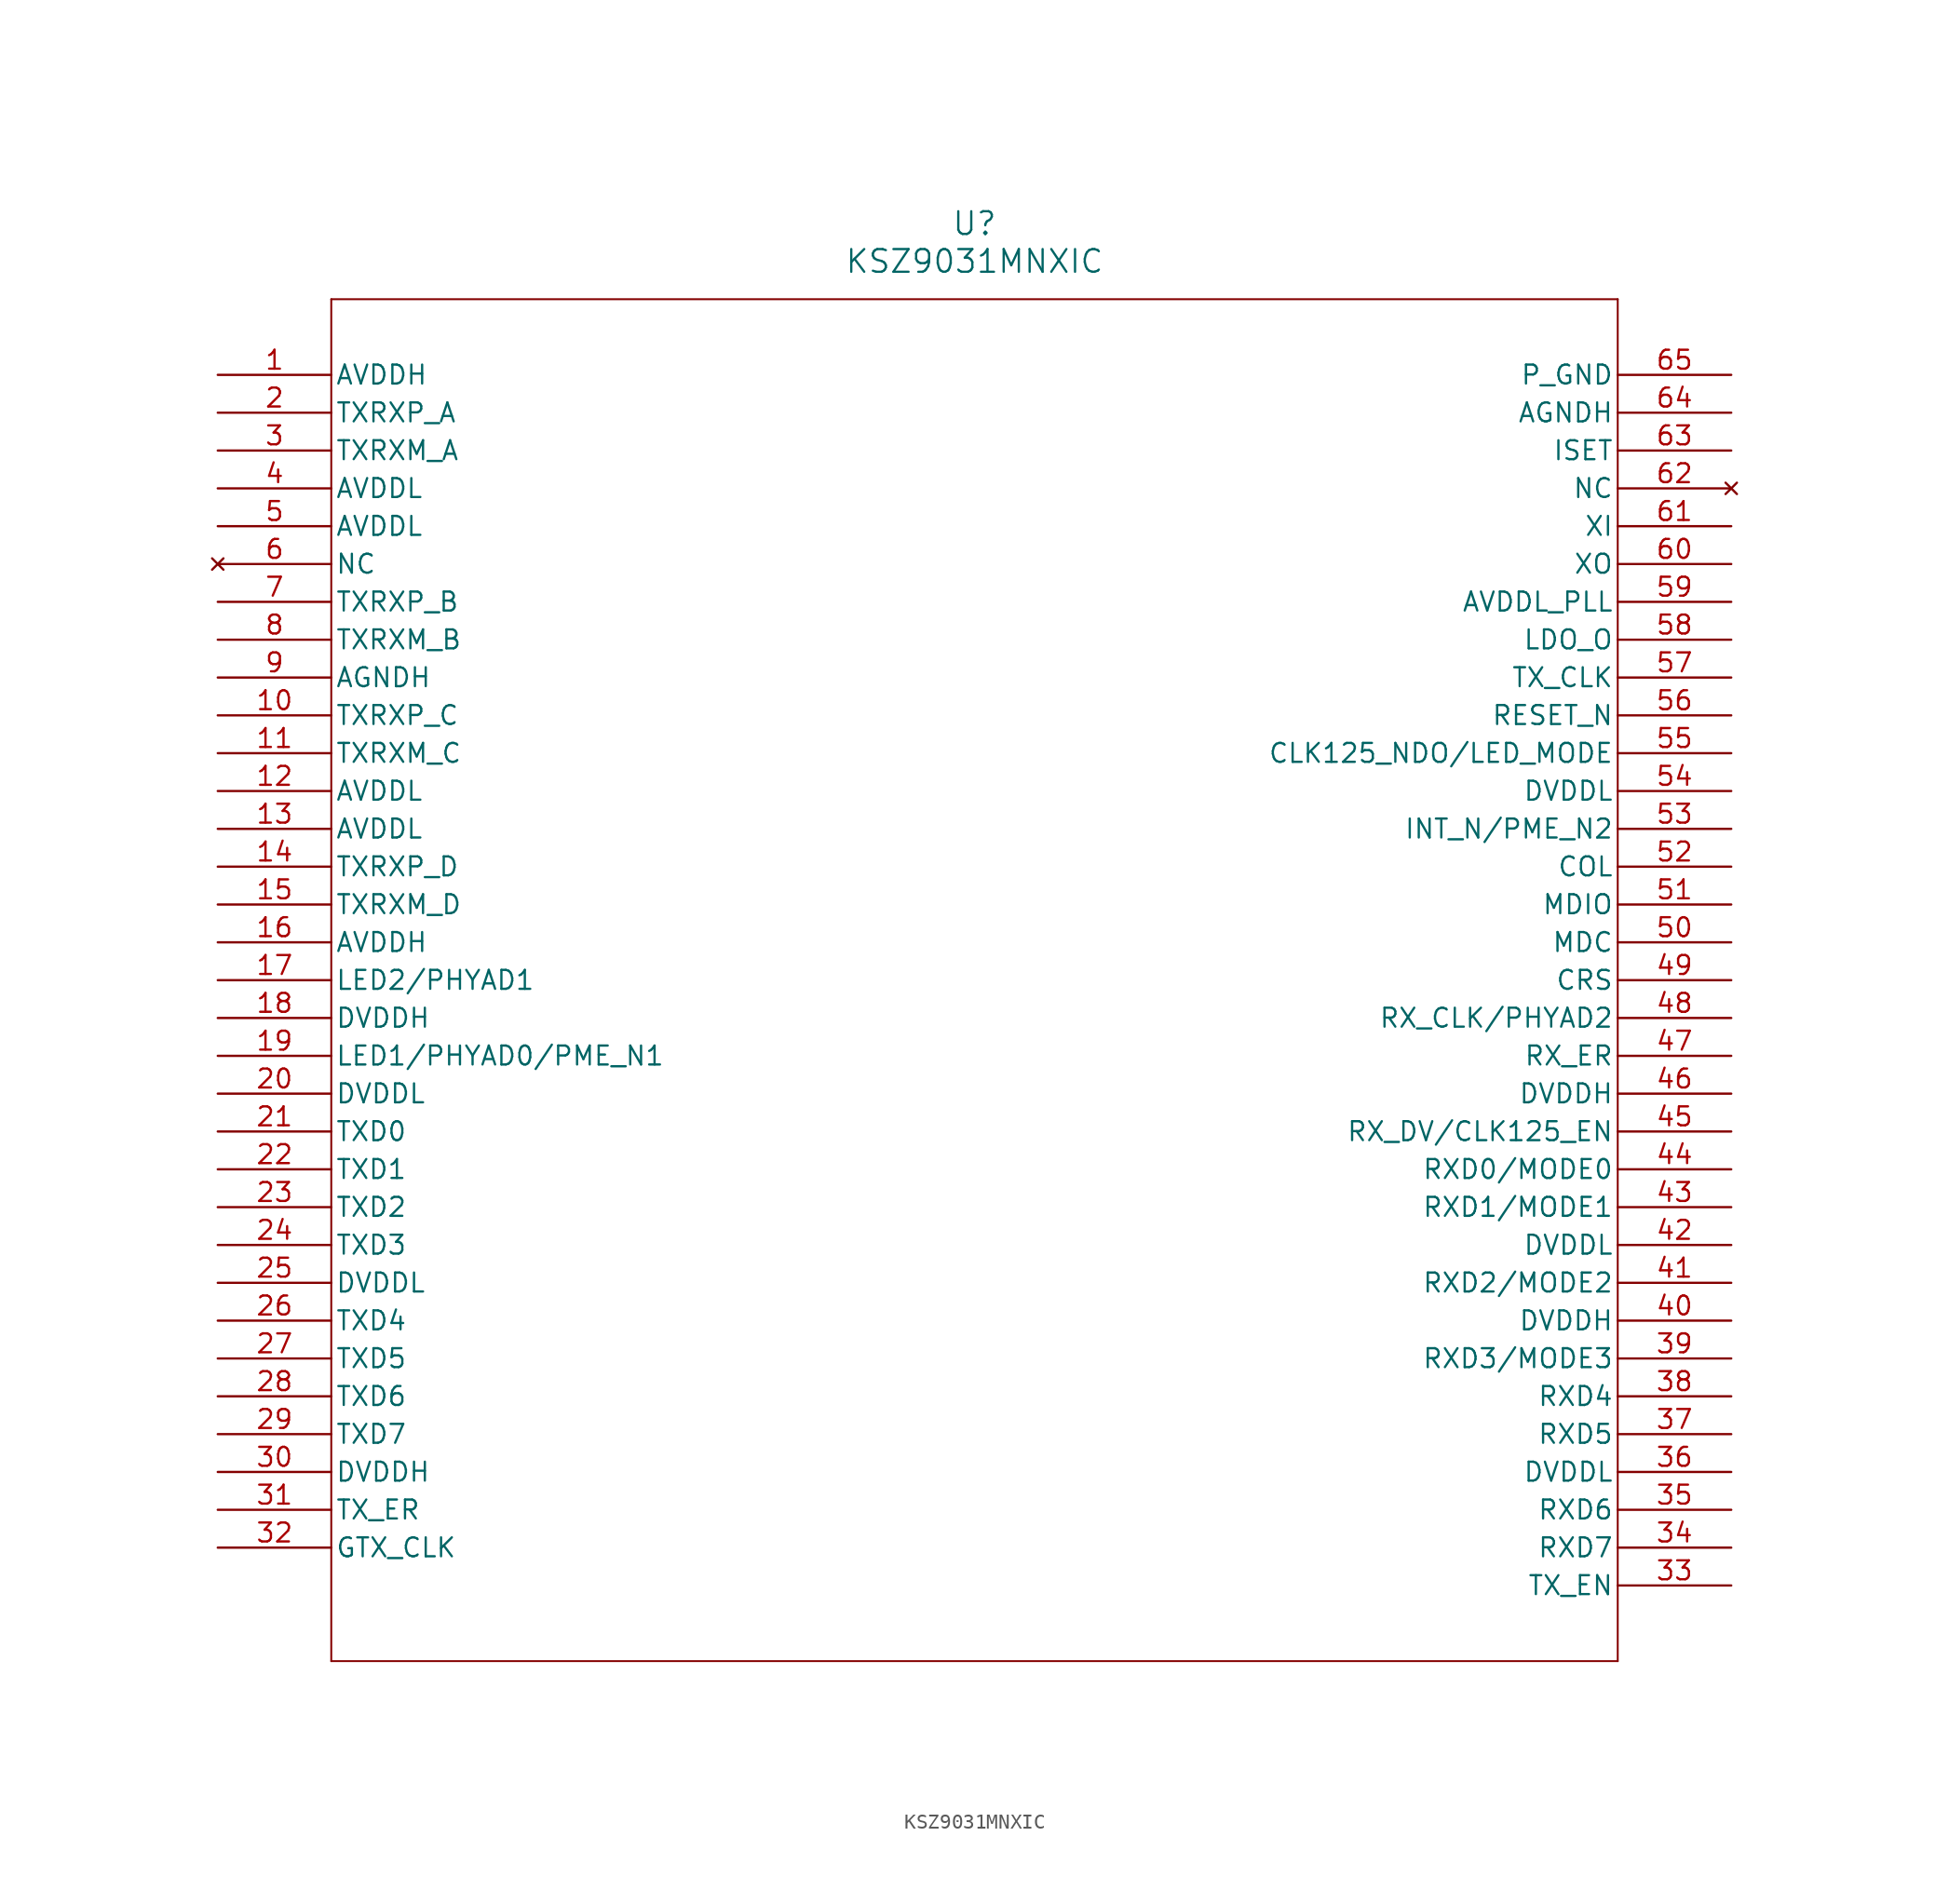
<source format=kicad_sym>
(kicad_symbol_lib
  (version 20211014)
  (generator kicad_symbol_editor)
  (symbol "KSZ9031MNXIC"
    (pin_names
      (offset 0.254))
    (property "Reference" "U"
      (at 50.8 10.16 0)
      (effects (font (size 1.524 1.524))))
    (property "Value" "KSZ9031MNXIC"
      (at 50.8 7.62 0)
      (effects (font (size 1.524 1.524))))
    (symbol "KSZ9031MNXIC_0_1"
      (polyline (pts (xy 7.62 5.08) (xy 7.62 -86.36)) (stroke (width 0.127) (type default) (color 0 0 0 0)) (fill (type none)))
      (polyline (pts (xy 7.62 -86.36) (xy 93.98 -86.36)) (stroke (width 0.127) (type default) (color 0 0 0 0)) (fill (type none)))
      (polyline (pts (xy 93.98 -86.36) (xy 93.98 5.08)) (stroke (width 0.127) (type default) (color 0 0 0 0)) (fill (type none)))
      (polyline (pts (xy 93.98 5.08) (xy 7.62 5.08)) (stroke (width 0.127) (type default) (color 0 0 0 0)) (fill (type none)))
      (pin power_in line (at 0 0 0) (length 7.62) (name "AVDDH" (effects (font (size 1.27 1.27)))) (number "1" (effects (font (size 1.27 1.27)))))
      (pin bidirectional line (at 0 -2.54 0) (length 7.62) (name "TXRXP_A" (effects (font (size 1.27 1.27)))) (number "2" (effects (font (size 1.27 1.27)))))
      (pin bidirectional line (at 0 -5.08 0) (length 7.62) (name "TXRXM_A" (effects (font (size 1.27 1.27)))) (number "3" (effects (font (size 1.27 1.27)))))
      (pin power_in line (at 0 -7.62 0) (length 7.62) (name "AVDDL" (effects (font (size 1.27 1.27)))) (number "4" (effects (font (size 1.27 1.27)))))
      (pin power_in line (at 0 -10.16 0) (length 7.62) (name "AVDDL" (effects (font (size 1.27 1.27)))) (number "5" (effects (font (size 1.27 1.27)))))
      (pin no_connect line (at 0 -12.7 0) (length 7.62) (name "NC" (effects (font (size 1.27 1.27)))) (number "6" (effects (font (size 1.27 1.27)))))
      (pin bidirectional line (at 0 -15.24 0) (length 7.62) (name "TXRXP_B" (effects (font (size 1.27 1.27)))) (number "7" (effects (font (size 1.27 1.27)))))
      (pin bidirectional line (at 0 -17.78 0) (length 7.62) (name "TXRXM_B" (effects (font (size 1.27 1.27)))) (number "8" (effects (font (size 1.27 1.27)))))
      (pin power_out line (at 0 -20.32 0) (length 7.62) (name "AGNDH" (effects (font (size 1.27 1.27)))) (number "9" (effects (font (size 1.27 1.27)))))
      (pin bidirectional line (at 0 -22.86 0) (length 7.62) (name "TXRXP_C" (effects (font (size 1.27 1.27)))) (number "10" (effects (font (size 1.27 1.27)))))
      (pin bidirectional line (at 0 -25.4 0) (length 7.62) (name "TXRXM_C" (effects (font (size 1.27 1.27)))) (number "11" (effects (font (size 1.27 1.27)))))
      (pin power_in line (at 0 -27.94 0) (length 7.62) (name "AVDDL" (effects (font (size 1.27 1.27)))) (number "12" (effects (font (size 1.27 1.27)))))
      (pin power_in line (at 0 -30.48 0) (length 7.62) (name "AVDDL" (effects (font (size 1.27 1.27)))) (number "13" (effects (font (size 1.27 1.27)))))
      (pin bidirectional line (at 0 -33.02 0) (length 7.62) (name "TXRXP_D" (effects (font (size 1.27 1.27)))) (number "14" (effects (font (size 1.27 1.27)))))
      (pin bidirectional line (at 0 -35.56 0) (length 7.62) (name "TXRXM_D" (effects (font (size 1.27 1.27)))) (number "15" (effects (font (size 1.27 1.27)))))
      (pin power_in line (at 0 -38.1 0) (length 7.62) (name "AVDDH" (effects (font (size 1.27 1.27)))) (number "16" (effects (font (size 1.27 1.27)))))
      (pin bidirectional line (at 0 -40.64 0) (length 7.62) (name "LED2/PHYAD1" (effects (font (size 1.27 1.27)))) (number "17" (effects (font (size 1.27 1.27)))))
      (pin power_in line (at 0 -43.18 0) (length 7.62) (name "DVDDH" (effects (font (size 1.27 1.27)))) (number "18" (effects (font (size 1.27 1.27)))))
      (pin bidirectional line (at 0 -45.72 0) (length 7.62) (name "LED1/PHYAD0/PME_N1" (effects (font (size 1.27 1.27)))) (number "19" (effects (font (size 1.27 1.27)))))
      (pin power_in line (at 0 -48.26 0) (length 7.62) (name "DVDDL" (effects (font (size 1.27 1.27)))) (number "20" (effects (font (size 1.27 1.27)))))
      (pin input line (at 0 -50.8 0) (length 7.62) (name "TXD0" (effects (font (size 1.27 1.27)))) (number "21" (effects (font (size 1.27 1.27)))))
      (pin input line (at 0 -53.34 0) (length 7.62) (name "TXD1" (effects (font (size 1.27 1.27)))) (number "22" (effects (font (size 1.27 1.27)))))
      (pin input line (at 0 -55.88 0) (length 7.62) (name "TXD2" (effects (font (size 1.27 1.27)))) (number "23" (effects (font (size 1.27 1.27)))))
      (pin input line (at 0 -58.42 0) (length 7.62) (name "TXD3" (effects (font (size 1.27 1.27)))) (number "24" (effects (font (size 1.27 1.27)))))
      (pin power_in line (at 0 -60.96 0) (length 7.62) (name "DVDDL" (effects (font (size 1.27 1.27)))) (number "25" (effects (font (size 1.27 1.27)))))
      (pin input line (at 0 -63.5 0) (length 7.62) (name "TXD4" (effects (font (size 1.27 1.27)))) (number "26" (effects (font (size 1.27 1.27)))))
      (pin input line (at 0 -66.04 0) (length 7.62) (name "TXD5" (effects (font (size 1.27 1.27)))) (number "27" (effects (font (size 1.27 1.27)))))
      (pin input line (at 0 -68.58 0) (length 7.62) (name "TXD6" (effects (font (size 1.27 1.27)))) (number "28" (effects (font (size 1.27 1.27)))))
      (pin input line (at 0 -71.12 0) (length 7.62) (name "TXD7" (effects (font (size 1.27 1.27)))) (number "29" (effects (font (size 1.27 1.27)))))
      (pin power_in line (at 0 -73.66 0) (length 7.62) (name "DVDDH" (effects (font (size 1.27 1.27)))) (number "30" (effects (font (size 1.27 1.27)))))
      (pin input line (at 0 -76.2 0) (length 7.62) (name "TX_ER" (effects (font (size 1.27 1.27)))) (number "31" (effects (font (size 1.27 1.27)))))
      (pin input line (at 0 -78.74 0) (length 7.62) (name "GTX_CLK" (effects (font (size 1.27 1.27)))) (number "32" (effects (font (size 1.27 1.27)))))
      (pin input line (at 101.6 -81.28 180) (length 7.62) (name "TX_EN" (effects (font (size 1.27 1.27)))) (number "33" (effects (font (size 1.27 1.27)))))
      (pin output line (at 101.6 -78.74 180) (length 7.62) (name "RXD7" (effects (font (size 1.27 1.27)))) (number "34" (effects (font (size 1.27 1.27)))))
      (pin output line (at 101.6 -76.2 180) (length 7.62) (name "RXD6" (effects (font (size 1.27 1.27)))) (number "35" (effects (font (size 1.27 1.27)))))
      (pin power_in line (at 101.6 -73.66 180) (length 7.62) (name "DVDDL" (effects (font (size 1.27 1.27)))) (number "36" (effects (font (size 1.27 1.27)))))
      (pin output line (at 101.6 -71.12 180) (length 7.62) (name "RXD5" (effects (font (size 1.27 1.27)))) (number "37" (effects (font (size 1.27 1.27)))))
      (pin output line (at 101.6 -68.58 180) (length 7.62) (name "RXD4" (effects (font (size 1.27 1.27)))) (number "38" (effects (font (size 1.27 1.27)))))
      (pin bidirectional line (at 101.6 -66.04 180) (length 7.62) (name "RXD3/MODE3" (effects (font (size 1.27 1.27)))) (number "39" (effects (font (size 1.27 1.27)))))
      (pin power_in line (at 101.6 -63.5 180) (length 7.62) (name "DVDDH" (effects (font (size 1.27 1.27)))) (number "40" (effects (font (size 1.27 1.27)))))
      (pin bidirectional line (at 101.6 -60.96 180) (length 7.62) (name "RXD2/MODE2" (effects (font (size 1.27 1.27)))) (number "41" (effects (font (size 1.27 1.27)))))
      (pin power_in line (at 101.6 -58.42 180) (length 7.62) (name "DVDDL" (effects (font (size 1.27 1.27)))) (number "42" (effects (font (size 1.27 1.27)))))
      (pin bidirectional line (at 101.6 -55.88 180) (length 7.62) (name "RXD1/MODE1" (effects (font (size 1.27 1.27)))) (number "43" (effects (font (size 1.27 1.27)))))
      (pin bidirectional line (at 101.6 -53.34 180) (length 7.62) (name "RXD0/MODE0" (effects (font (size 1.27 1.27)))) (number "44" (effects (font (size 1.27 1.27)))))
      (pin bidirectional line (at 101.6 -50.8 180) (length 7.62) (name "RX_DV/CLK125_EN" (effects (font (size 1.27 1.27)))) (number "45" (effects (font (size 1.27 1.27)))))
      (pin power_in line (at 101.6 -48.26 180) (length 7.62) (name "DVDDH" (effects (font (size 1.27 1.27)))) (number "46" (effects (font (size 1.27 1.27)))))
      (pin output line (at 101.6 -45.72 180) (length 7.62) (name "RX_ER" (effects (font (size 1.27 1.27)))) (number "47" (effects (font (size 1.27 1.27)))))
      (pin bidirectional line (at 101.6 -43.18 180) (length 7.62) (name "RX_CLK/PHYAD2" (effects (font (size 1.27 1.27)))) (number "48" (effects (font (size 1.27 1.27)))))
      (pin output line (at 101.6 -40.64 180) (length 7.62) (name "CRS" (effects (font (size 1.27 1.27)))) (number "49" (effects (font (size 1.27 1.27)))))
      (pin input line (at 101.6 -38.1 180) (length 7.62) (name "MDC" (effects (font (size 1.27 1.27)))) (number "50" (effects (font (size 1.27 1.27)))))
      (pin bidirectional line (at 101.6 -35.56 180) (length 7.62) (name "MDIO" (effects (font (size 1.27 1.27)))) (number "51" (effects (font (size 1.27 1.27)))))
      (pin output line (at 101.6 -33.02 180) (length 7.62) (name "COL" (effects (font (size 1.27 1.27)))) (number "52" (effects (font (size 1.27 1.27)))))
      (pin output line (at 101.6 -30.48 180) (length 7.62) (name "INT_N/PME_N2" (effects (font (size 1.27 1.27)))) (number "53" (effects (font (size 1.27 1.27)))))
      (pin power_in line (at 101.6 -27.94 180) (length 7.62) (name "DVDDL" (effects (font (size 1.27 1.27)))) (number "54" (effects (font (size 1.27 1.27)))))
      (pin bidirectional line (at 101.6 -25.4 180) (length 7.62) (name "CLK125_NDO/LED_MODE" (effects (font (size 1.27 1.27)))) (number "55" (effects (font (size 1.27 1.27)))))
      (pin input line (at 101.6 -22.86 180) (length 7.62) (name "RESET_N" (effects (font (size 1.27 1.27)))) (number "56" (effects (font (size 1.27 1.27)))))
      (pin output line (at 101.6 -20.32 180) (length 7.62) (name "TX_CLK" (effects (font (size 1.27 1.27)))) (number "57" (effects (font (size 1.27 1.27)))))
      (pin output line (at 101.6 -17.78 180) (length 7.62) (name "LDO_O" (effects (font (size 1.27 1.27)))) (number "58" (effects (font (size 1.27 1.27)))))
      (pin power_in line (at 101.6 -15.24 180) (length 7.62) (name "AVDDL_PLL" (effects (font (size 1.27 1.27)))) (number "59" (effects (font (size 1.27 1.27)))))
      (pin output line (at 101.6 -12.7 180) (length 7.62) (name "XO" (effects (font (size 1.27 1.27)))) (number "60" (effects (font (size 1.27 1.27)))))
      (pin input line (at 101.6 -10.16 180) (length 7.62) (name "XI" (effects (font (size 1.27 1.27)))) (number "61" (effects (font (size 1.27 1.27)))))
      (pin no_connect line (at 101.6 -7.62 180) (length 7.62) (name "NC" (effects (font (size 1.27 1.27)))) (number "62" (effects (font (size 1.27 1.27)))))
      (pin bidirectional line (at 101.6 -5.08 180) (length 7.62) (name "ISET" (effects (font (size 1.27 1.27)))) (number "63" (effects (font (size 1.27 1.27)))))
      (pin power_out line (at 101.6 -2.54 180) (length 7.62) (name "AGNDH" (effects (font (size 1.27 1.27)))) (number "64" (effects (font (size 1.27 1.27)))))
      (pin power_out line (at 101.6 0 180) (length 7.62) (name "P_GND" (effects (font (size 1.27 1.27)))) (number "65" (effects (font (size 1.27 1.27))))))))
</source>
